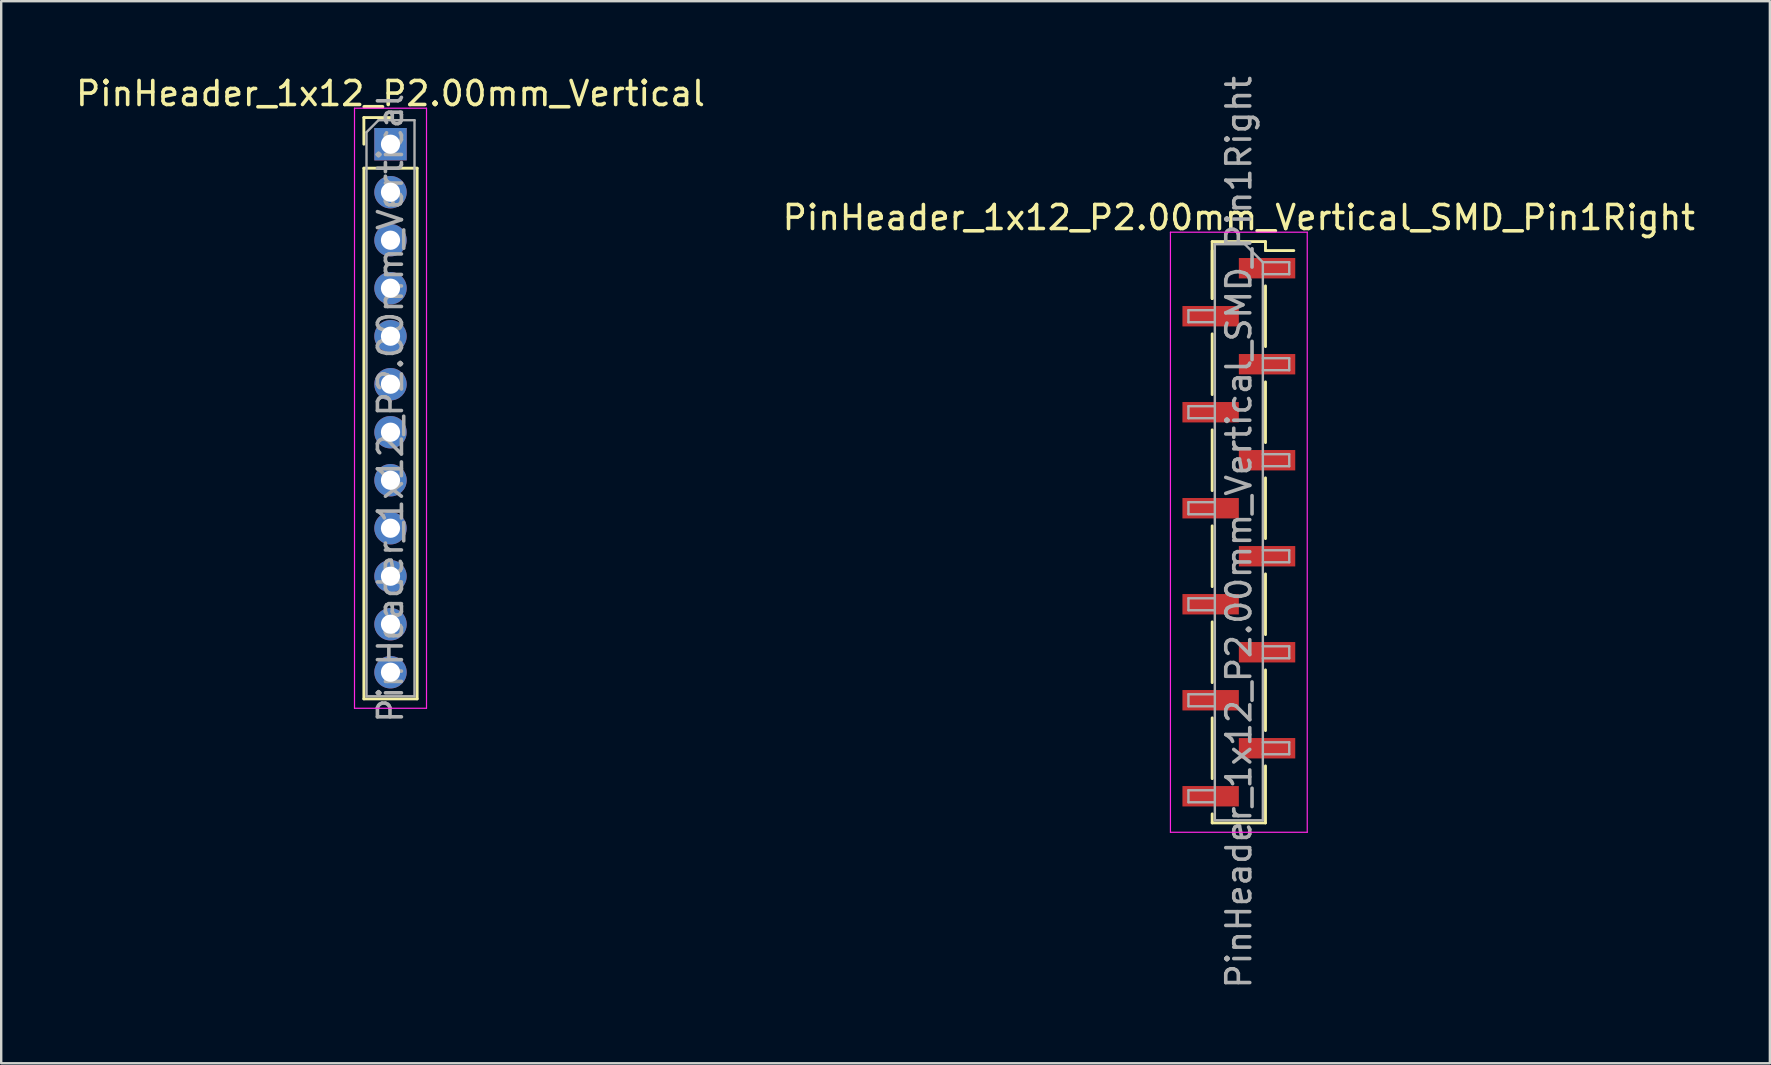
<source format=kicad_pcb>
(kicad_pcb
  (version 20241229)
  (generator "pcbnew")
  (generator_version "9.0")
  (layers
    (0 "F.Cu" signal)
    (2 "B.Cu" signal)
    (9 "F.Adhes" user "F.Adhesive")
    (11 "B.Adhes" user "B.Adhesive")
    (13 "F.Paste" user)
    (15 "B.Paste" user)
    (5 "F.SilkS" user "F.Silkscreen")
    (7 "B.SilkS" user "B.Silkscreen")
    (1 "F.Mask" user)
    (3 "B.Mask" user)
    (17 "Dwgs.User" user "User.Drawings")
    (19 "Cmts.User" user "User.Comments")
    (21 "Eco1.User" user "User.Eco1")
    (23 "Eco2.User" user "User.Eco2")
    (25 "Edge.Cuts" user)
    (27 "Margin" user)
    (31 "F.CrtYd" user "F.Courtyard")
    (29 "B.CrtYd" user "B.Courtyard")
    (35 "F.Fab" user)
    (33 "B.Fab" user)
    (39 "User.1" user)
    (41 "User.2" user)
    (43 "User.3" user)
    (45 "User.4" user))
  (footprint "PinHeader_1x12_P2.00mm_Vertical_SMD_Pin1Right"
    (layer "F.Cu")
    (at 48.565 19.125)
    (property "Reference" "PinHeader_1x12_P2.00mm_Vertical_SMD_Pin1Right" (at 0 -13.11 0) (layer "F.SilkS") (effects (font (size 1 1) (thickness 0.15))))
    (attr smd)
    (fp_line (start -1.11 -12.11) (end -1.11 -9.735) (stroke (width 0.12) (type solid)) (layer "F.SilkS"))
    (fp_line (start -1.11 -12.11) (end 1.11 -12.11) (stroke (width 0.12) (type solid)) (layer "F.SilkS"))
    (fp_line (start -1.11 -11.735) (end -1.11 -9.735) (stroke (width 0.12) (type solid)) (layer "F.SilkS"))
    (fp_line (start -1.11 -8.265) (end -1.11 -5.735) (stroke (width 0.12) (type solid)) (layer "F.SilkS"))
    (fp_line (start -1.11 -4.265) (end -1.11 -1.735) (stroke (width 0.12) (type solid)) (layer "F.SilkS"))
    (fp_line (start -1.11 -0.265) (end -1.11 2.265) (stroke (width 0.12) (type solid)) (layer "F.SilkS"))
    (fp_line (start -1.11 3.735) (end -1.11 6.265) (stroke (width 0.12) (type solid)) (layer "F.SilkS"))
    (fp_line (start -1.11 7.735) (end -1.11 10.265) (stroke (width 0.12) (type solid)) (layer "F.SilkS"))
    (fp_line (start -1.11 11.735) (end -1.11 12.11) (stroke (width 0.12) (type solid)) (layer "F.SilkS"))
    (fp_line (start -1.11 12.11) (end 1.11 12.11) (stroke (width 0.12) (type solid)) (layer "F.SilkS"))
    (fp_line (start 1.11 -12.11) (end 1.11 -11.735) (stroke (width 0.12) (type solid)) (layer "F.SilkS"))
    (fp_line (start 1.11 -11.735) (end 2.29 -11.735) (stroke (width 0.12) (type solid)) (layer "F.SilkS"))
    (fp_line (start 1.11 -10.265) (end 1.11 -7.735) (stroke (width 0.12) (type solid)) (layer "F.SilkS"))
    (fp_line (start 1.11 -6.265) (end 1.11 -3.735) (stroke (width 0.12) (type solid)) (layer "F.SilkS"))
    (fp_line (start 1.11 -2.265) (end 1.11 0.265) (stroke (width 0.12) (type solid)) (layer "F.SilkS"))
    (fp_line (start 1.11 1.735) (end 1.11 4.265) (stroke (width 0.12) (type solid)) (layer "F.SilkS"))
    (fp_line (start 1.11 5.735) (end 1.11 8.265) (stroke (width 0.12) (type solid)) (layer "F.SilkS"))
    (fp_line (start 1.11 9.735) (end 1.11 12.11) (stroke (width 0.12) (type solid)) (layer "F.SilkS"))
    (fp_line (start -2.85 -12.5) (end -2.85 12.5) (stroke (width 0.05) (type solid)) (layer "F.CrtYd"))
    (fp_line (start -2.85 12.5) (end 2.85 12.5) (stroke (width 0.05) (type solid)) (layer "F.CrtYd"))
    (fp_line (start 2.85 -12.5) (end -2.85 -12.5) (stroke (width 0.05) (type solid)) (layer "F.CrtYd"))
    (fp_line (start 2.85 12.5) (end 2.85 -12.5) (stroke (width 0.05) (type solid)) (layer "F.CrtYd"))
    (fp_line (start -2.1 -9.25) (end -2.1 -8.75) (stroke (width 0.1) (type solid)) (layer "F.Fab"))
    (fp_line (start -2.1 -8.75) (end -1 -8.75) (stroke (width 0.1) (type solid)) (layer "F.Fab"))
    (fp_line (start -2.1 -5.25) (end -2.1 -4.75) (stroke (width 0.1) (type solid)) (layer "F.Fab"))
    (fp_line (start -2.1 -4.75) (end -1 -4.75) (stroke (width 0.1) (type solid)) (layer "F.Fab"))
    (fp_line (start -2.1 -1.25) (end -2.1 -0.75) (stroke (width 0.1) (type solid)) (layer "F.Fab"))
    (fp_line (start -2.1 -0.75) (end -1 -0.75) (stroke (width 0.1) (type solid)) (layer "F.Fab"))
    (fp_line (start -2.1 2.75) (end -2.1 3.25) (stroke (width 0.1) (type solid)) (layer "F.Fab"))
    (fp_line (start -2.1 3.25) (end -1 3.25) (stroke (width 0.1) (type solid)) (layer "F.Fab"))
    (fp_line (start -2.1 6.75) (end -2.1 7.25) (stroke (width 0.1) (type solid)) (layer "F.Fab"))
    (fp_line (start -2.1 7.25) (end -1 7.25) (stroke (width 0.1) (type solid)) (layer "F.Fab"))
    (fp_line (start -2.1 10.75) (end -2.1 11.25) (stroke (width 0.1) (type solid)) (layer "F.Fab"))
    (fp_line (start -2.1 11.25) (end -1 11.25) (stroke (width 0.1) (type solid)) (layer "F.Fab"))
    (fp_line (start -1 -12) (end -1 12) (stroke (width 0.1) (type solid)) (layer "F.Fab"))
    (fp_line (start -1 -12) (end 0.25 -12) (stroke (width 0.1) (type solid)) (layer "F.Fab"))
    (fp_line (start -1 -9.25) (end -2.1 -9.25) (stroke (width 0.1) (type solid)) (layer "F.Fab"))
    (fp_line (start -1 -5.25) (end -2.1 -5.25) (stroke (width 0.1) (type solid)) (layer "F.Fab"))
    (fp_line (start -1 -1.25) (end -2.1 -1.25) (stroke (width 0.1) (type solid)) (layer "F.Fab"))
    (fp_line (start -1 2.75) (end -2.1 2.75) (stroke (width 0.1) (type solid)) (layer "F.Fab"))
    (fp_line (start -1 6.75) (end -2.1 6.75) (stroke (width 0.1) (type solid)) (layer "F.Fab"))
    (fp_line (start -1 10.75) (end -2.1 10.75) (stroke (width 0.1) (type solid)) (layer "F.Fab"))
    (fp_line (start 1 -11.25) (end 0.25 -12) (stroke (width 0.1) (type solid)) (layer "F.Fab"))
    (fp_line (start 1 -11.25) (end 2.1 -11.25) (stroke (width 0.1) (type solid)) (layer "F.Fab"))
    (fp_line (start 1 -7.25) (end 2.1 -7.25) (stroke (width 0.1) (type solid)) (layer "F.Fab"))
    (fp_line (start 1 -3.25) (end 2.1 -3.25) (stroke (width 0.1) (type solid)) (layer "F.Fab"))
    (fp_line (start 1 0.75) (end 2.1 0.75) (stroke (width 0.1) (type solid)) (layer "F.Fab"))
    (fp_line (start 1 4.75) (end 2.1 4.75) (stroke (width 0.1) (type solid)) (layer "F.Fab"))
    (fp_line (start 1 8.75) (end 2.1 8.75) (stroke (width 0.1) (type solid)) (layer "F.Fab"))
    (fp_line (start 1 12) (end -1 12) (stroke (width 0.1) (type solid)) (layer "F.Fab"))
    (fp_line (start 1 12) (end 1 -11.25) (stroke (width 0.1) (type solid)) (layer "F.Fab"))
    (fp_line (start 2.1 -11.25) (end 2.1 -10.75) (stroke (width 0.1) (type solid)) (layer "F.Fab"))
    (fp_line (start 2.1 -10.75) (end 1 -10.75) (stroke (width 0.1) (type solid)) (layer "F.Fab"))
    (fp_line (start 2.1 -7.25) (end 2.1 -6.75) (stroke (width 0.1) (type solid)) (layer "F.Fab"))
    (fp_line (start 2.1 -6.75) (end 1 -6.75) (stroke (width 0.1) (type solid)) (layer "F.Fab"))
    (fp_line (start 2.1 -3.25) (end 2.1 -2.75) (stroke (width 0.1) (type solid)) (layer "F.Fab"))
    (fp_line (start 2.1 -2.75) (end 1 -2.75) (stroke (width 0.1) (type solid)) (layer "F.Fab"))
    (fp_line (start 2.1 0.75) (end 2.1 1.25) (stroke (width 0.1) (type solid)) (layer "F.Fab"))
    (fp_line (start 2.1 1.25) (end 1 1.25) (stroke (width 0.1) (type solid)) (layer "F.Fab"))
    (fp_line (start 2.1 4.75) (end 2.1 5.25) (stroke (width 0.1) (type solid)) (layer "F.Fab"))
    (fp_line (start 2.1 5.25) (end 1 5.25) (stroke (width 0.1) (type solid)) (layer "F.Fab"))
    (fp_line (start 2.1 8.75) (end 2.1 9.25) (stroke (width 0.1) (type solid)) (layer "F.Fab"))
    (fp_line (start 2.1 9.25) (end 1 9.25) (stroke (width 0.1) (type solid)) (layer "F.Fab"))
    (fp_text user "${REFERENCE}" (at 0 0 90) (layer "F.Fab") (effects (font (size 1 1) (thickness 0.15))))
    (pad "1" smd rect (at 1.175 -11) (size 2.35 0.85) (layers "F.Cu" "F.Mask" "F.Paste"))
    (pad "2" smd rect (at -1.175 -9) (size 2.35 0.85) (layers "F.Cu" "F.Mask" "F.Paste"))
    (pad "3" smd rect (at 1.175 -7) (size 2.35 0.85) (layers "F.Cu" "F.Mask" "F.Paste"))
    (pad "4" smd rect (at -1.175 -5) (size 2.35 0.85) (layers "F.Cu" "F.Mask" "F.Paste"))
    (pad "5" smd rect (at 1.175 -3) (size 2.35 0.85) (layers "F.Cu" "F.Mask" "F.Paste"))
    (pad "6" smd rect (at -1.175 -1) (size 2.35 0.85) (layers "F.Cu" "F.Mask" "F.Paste"))
    (pad "7" smd rect (at 1.175 1) (size 2.35 0.85) (layers "F.Cu" "F.Mask" "F.Paste"))
    (pad "8" smd rect (at -1.175 3) (size 2.35 0.85) (layers "F.Cu" "F.Mask" "F.Paste"))
    (pad "9" smd rect (at 1.175 5) (size 2.35 0.85) (layers "F.Cu" "F.Mask" "F.Paste"))
    (pad "10" smd rect (at -1.175 7) (size 2.35 0.85) (layers "F.Cu" "F.Mask" "F.Paste"))
    (pad "11" smd rect (at 1.175 9) (size 2.35 0.85) (layers "F.Cu" "F.Mask" "F.Paste"))
    (pad "12" smd rect (at -1.175 11) (size 2.35 0.85) (layers "F.Cu" "F.Mask" "F.Paste")))
  (footprint "PinHeader_1x12_P2.00mm_Vertical"
    (layer "F.Cu")
    (at 13.22 2.958)
    (property "Reference" "PinHeader_1x12_P2.00mm_Vertical" (at 0 -2.11 0) (layer "F.SilkS") (effects (font (size 1 1) (thickness 0.15))))
    (attr through_hole)
    (fp_line (start -1.11 -1.11) (end 0 -1.11) (stroke (width 0.12) (type solid)) (layer "F.SilkS"))
    (fp_line (start -1.11 0) (end -1.11 -1.11) (stroke (width 0.12) (type solid)) (layer "F.SilkS"))
    (fp_line (start -1.11 1) (end -1.11 23.11) (stroke (width 0.12) (type solid)) (layer "F.SilkS"))
    (fp_line (start -1.11 1) (end 1.11 1) (stroke (width 0.12) (type solid)) (layer "F.SilkS"))
    (fp_line (start -1.11 23.11) (end 1.11 23.11) (stroke (width 0.12) (type solid)) (layer "F.SilkS"))
    (fp_line (start 1.11 1) (end 1.11 23.11) (stroke (width 0.12) (type solid)) (layer "F.SilkS"))
    (fp_line (start -1.5 -1.5) (end -1.5 23.5) (stroke (width 0.05) (type solid)) (layer "F.CrtYd"))
    (fp_line (start -1.5 23.5) (end 1.5 23.5) (stroke (width 0.05) (type solid)) (layer "F.CrtYd"))
    (fp_line (start 1.5 -1.5) (end -1.5 -1.5) (stroke (width 0.05) (type solid)) (layer "F.CrtYd"))
    (fp_line (start 1.5 23.5) (end 1.5 -1.5) (stroke (width 0.05) (type solid)) (layer "F.CrtYd"))
    (fp_line (start -1 -0.5) (end -0.5 -1) (stroke (width 0.1) (type solid)) (layer "F.Fab"))
    (fp_line (start -1 23) (end -1 -0.5) (stroke (width 0.1) (type solid)) (layer "F.Fab"))
    (fp_line (start -0.5 -1) (end 1 -1) (stroke (width 0.1) (type solid)) (layer "F.Fab"))
    (fp_line (start 1 -1) (end 1 23) (stroke (width 0.1) (type solid)) (layer "F.Fab"))
    (fp_line (start 1 23) (end -1 23) (stroke (width 0.1) (type solid)) (layer "F.Fab"))
    (fp_text user "${REFERENCE}" (at 0 11 90) (layer "F.Fab") (effects (font (size 1 1) (thickness 0.15))))
    (pad "1" thru_hole rect (at 0 0) (size 1.35 1.35) (drill 0.8) (layers "*.Cu" "*.Mask"))
    (pad "2" thru_hole circle (at 0 2) (size 1.35 1.35) (drill 0.8) (layers "*.Cu" "*.Mask"))
    (pad "3" thru_hole circle (at 0 4) (size 1.35 1.35) (drill 0.8) (layers "*.Cu" "*.Mask"))
    (pad "4" thru_hole circle (at 0 6) (size 1.35 1.35) (drill 0.8) (layers "*.Cu" "*.Mask"))
    (pad "5" thru_hole circle (at 0 8) (size 1.35 1.35) (drill 0.8) (layers "*.Cu" "*.Mask"))
    (pad "6" thru_hole circle (at 0 10) (size 1.35 1.35) (drill 0.8) (layers "*.Cu" "*.Mask"))
    (pad "7" thru_hole circle (at 0 12) (size 1.35 1.35) (drill 0.8) (layers "*.Cu" "*.Mask"))
    (pad "8" thru_hole circle (at 0 14) (size 1.35 1.35) (drill 0.8) (layers "*.Cu" "*.Mask"))
    (pad "9" thru_hole circle (at 0 16) (size 1.35 1.35) (drill 0.8) (layers "*.Cu" "*.Mask"))
    (pad "10" thru_hole circle (at 0 18) (size 1.35 1.35) (drill 0.8) (layers "*.Cu" "*.Mask"))
    (pad "11" thru_hole circle (at 0 20) (size 1.35 1.35) (drill 0.8) (layers "*.Cu" "*.Mask"))
    (pad "12" thru_hole circle (at 0 22) (size 1.35 1.35) (drill 0.8) (layers "*.Cu" "*.Mask")))
  (gr_rect
    (start -3 -3)
    (end 70.69 41.25)
    (stroke (width 0.1) (type default))
    (fill no)
    (layer "Edge.Cuts")))
</source>
